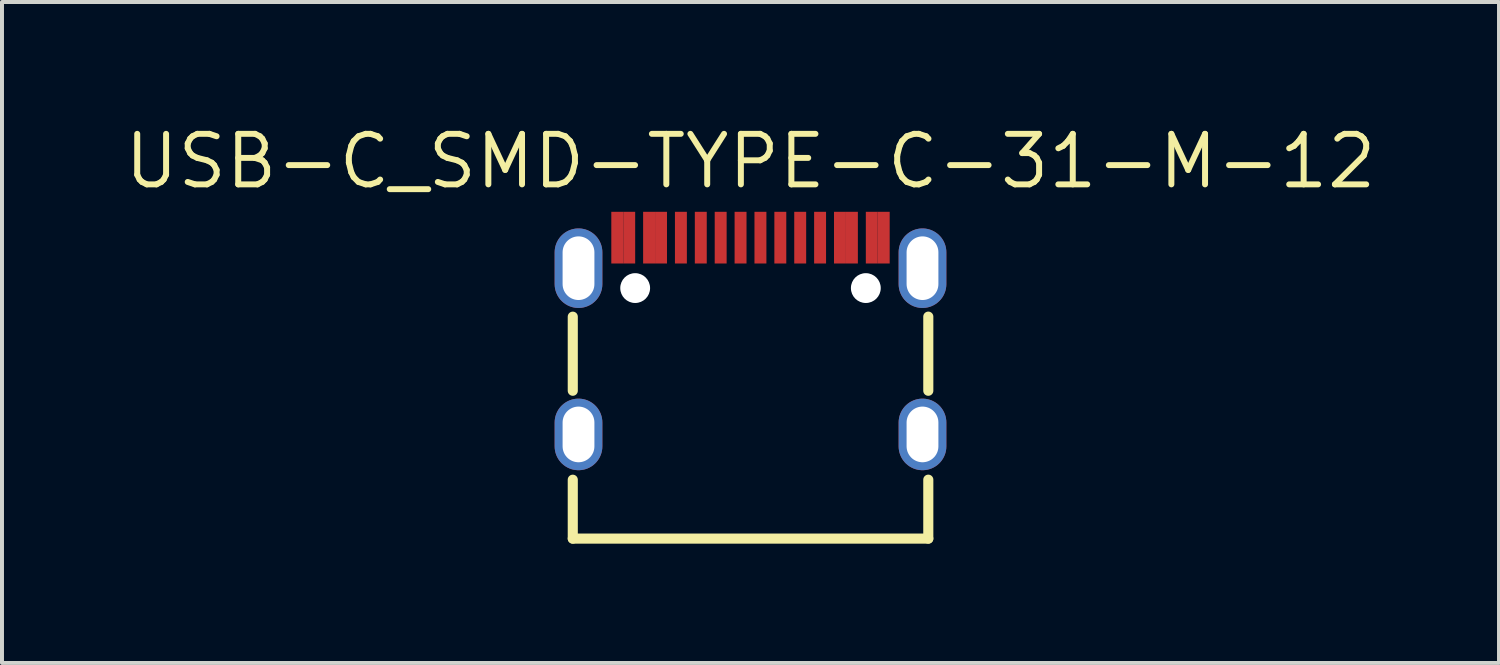
<source format=kicad_pcb>
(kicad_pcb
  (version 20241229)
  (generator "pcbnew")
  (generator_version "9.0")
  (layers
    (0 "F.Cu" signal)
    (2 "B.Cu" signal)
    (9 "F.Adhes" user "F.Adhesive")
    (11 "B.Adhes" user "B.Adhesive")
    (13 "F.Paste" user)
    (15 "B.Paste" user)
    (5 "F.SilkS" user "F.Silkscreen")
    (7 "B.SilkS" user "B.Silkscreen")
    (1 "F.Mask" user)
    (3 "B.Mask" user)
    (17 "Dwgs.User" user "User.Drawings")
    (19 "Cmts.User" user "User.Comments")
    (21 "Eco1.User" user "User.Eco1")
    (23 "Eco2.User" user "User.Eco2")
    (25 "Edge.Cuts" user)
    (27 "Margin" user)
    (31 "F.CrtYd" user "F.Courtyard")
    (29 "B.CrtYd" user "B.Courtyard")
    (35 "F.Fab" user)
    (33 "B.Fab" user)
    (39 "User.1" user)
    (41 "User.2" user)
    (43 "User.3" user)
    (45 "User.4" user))
  (footprint "USB-C_SMD-TYPE-C-31-M-12"
    (layer "F.Cu")
    (at 15.822 5.4)
    (property "Reference" "USB-C_SMD-TYPE-C-31-M-12" (at 0 -4.394 0) (layer "F.SilkS") (effects (font (size 1.27 1.27) (thickness 0.15))))
    (attr smd)
    (fp_line (start -4.469 1.376) (end -4.469 -0.487) (stroke (width 0.254) (type solid)) (layer "F.SilkS"))
    (fp_line (start -4.469 5.094) (end -4.469 3.613) (stroke (width 0.254) (type solid)) (layer "F.SilkS"))
    (fp_line (start 4.471 1.376) (end 4.471 -0.488) (stroke (width 0.254) (type solid)) (layer "F.SilkS"))
    (fp_line (start 4.471 5.094) (end -4.469 5.094) (stroke (width 0.254) (type solid)) (layer "F.SilkS"))
    (fp_line (start 4.471 5.094) (end 4.471 3.612) (stroke (width 0.254) (type solid)) (layer "F.SilkS"))
    (fp_poly (pts (xy -1.6 -1.824) (xy -1.6 -3.124) (xy -1.9 -3.124) (xy -1.9 -1.824)) (stroke (width 0) (type solid)) (fill yes) (layer "F.Paste"))
    (fp_poly (pts (xy -1.4 -3.124) (xy -1.4 -1.824) (xy -1.1 -1.824) (xy -1.1 -3.124)) (stroke (width 0) (type solid)) (fill yes) (layer "F.Paste"))
    (fp_poly (pts (xy -0.6 -1.824) (xy -0.6 -3.124) (xy -0.9 -3.124) (xy -0.9 -1.824)) (stroke (width 0) (type solid)) (fill yes) (layer "F.Paste"))
    (fp_poly (pts (xy -0.1 -1.824) (xy -0.1 -3.124) (xy -0.4 -3.124) (xy -0.4 -1.824)) (stroke (width 0) (type solid)) (fill yes) (layer "F.Paste"))
    (fp_poly (pts (xy 0.4 -1.824) (xy 0.4 -3.124) (xy 0.1 -3.124) (xy 0.1 -1.824)) (stroke (width 0) (type solid)) (fill yes) (layer "F.Paste"))
    (fp_poly (pts (xy 0.9 -1.824) (xy 0.9 -3.124) (xy 0.6 -3.124) (xy 0.6 -1.824)) (stroke (width 0) (type solid)) (fill yes) (layer "F.Paste"))
    (fp_poly (pts (xy 1.4 -1.824) (xy 1.4 -3.124) (xy 1.1 -3.124) (xy 1.1 -1.824)) (stroke (width 0) (type solid)) (fill yes) (layer "F.Paste"))
    (fp_poly (pts (xy 1.9 -1.824) (xy 1.9 -3.124) (xy 1.6 -3.124) (xy 1.6 -1.824)) (stroke (width 0) (type solid)) (fill yes) (layer "F.Paste"))
    (fp_poly (pts (xy -2.9 -1.824) (xy -2.9 -3.124) (xy -3.2 -3.124) (xy -3.5 -3.124) (xy -3.5 -1.824) (xy -3.2 -1.824)) (stroke (width 0) (type solid)) (fill yes) (layer "F.Paste"))
    (fp_poly (pts (xy -2.1 -1.824) (xy -2.1 -3.124) (xy -2.4 -3.124) (xy -2.7 -3.124) (xy -2.7 -1.824) (xy -2.4 -1.824)) (stroke (width 0) (type solid)) (fill yes) (layer "F.Paste"))
    (fp_poly (pts (xy 2.7 -1.824) (xy 2.7 -3.124) (xy 2.4 -3.124) (xy 2.1 -3.124) (xy 2.1 -1.824) (xy 2.4 -1.824)) (stroke (width 0) (type solid)) (fill yes) (layer "F.Paste"))
    (fp_poly (pts (xy 3.5 -1.824) (xy 3.5 -3.124) (xy 3.2 -3.124) (xy 2.9 -3.124) (xy 2.9 -1.824) (xy 3.2 -1.824)) (stroke (width 0) (type solid)) (fill yes) (layer "F.Paste"))
    (fp_poly (pts (xy -4.34 1.574) (xy -4.37 1.576) (xy -4.4 1.579) (xy -4.429 1.583) (xy -4.459 1.589) (xy -4.488 1.597) (xy -4.516 1.605) (xy -4.544 1.616) (xy -4.572 1.627) (xy -4.599 1.64) (xy -4.625 1.655) (xy -4.651 1.67) (xy -4.675 1.687) (xy -4.699 1.705) (xy -4.722 1.724) (xy -4.744 1.745) (xy -4.765 1.766) (xy -4.785 1.788) (xy -4.803 1.812) (xy -4.821 1.836) (xy -4.837 1.861) (xy -4.852 1.887) (xy -4.866 1.914) (xy -4.878 1.941) (xy -4.889 1.969) (xy -4.898 1.997) (xy -4.907 2.026) (xy -4.913 2.055) (xy -4.918 2.085) (xy -4.922 2.114) (xy -4.924 2.144) (xy -4.925 2.174) (xy -4.925 2.774) (xy -4.924 2.804) (xy -4.922 2.834) (xy -4.918 2.864) (xy -4.913 2.893) (xy -4.907 2.922) (xy -4.898 2.951) (xy -4.889 2.979) (xy -4.878 3.007) (xy -4.866 3.034) (xy -4.852 3.061) (xy -4.837 3.087) (xy -4.821 3.112) (xy -4.803 3.136) (xy -4.785 3.16) (xy -4.765 3.182) (xy -4.744 3.204) (xy -4.722 3.224) (xy -4.699 3.243) (xy -4.675 3.261) (xy -4.651 3.278) (xy -4.625 3.294) (xy -4.599 3.308) (xy -4.572 3.321) (xy -4.544 3.333) (xy -4.516 3.343) (xy -4.488 3.352) (xy -4.459 3.359) (xy -4.429 3.365) (xy -4.4 3.369) (xy -4.37 3.372) (xy -4.34 3.374) (xy -4.31 3.374) (xy -4.28 3.372) (xy -4.251 3.369) (xy -4.221 3.365) (xy -4.192 3.359) (xy -4.163 3.352) (xy -4.134 3.343) (xy -4.106 3.333) (xy -4.078 3.321) (xy -4.051 3.308) (xy -4.025 3.294) (xy -4 3.278) (xy -3.975 3.261) (xy -3.951 3.243) (xy -3.928 3.224) (xy -3.906 3.204) (xy -3.885 3.182) (xy -3.865 3.16) (xy -3.847 3.136) (xy -3.829 3.112) (xy -3.813 3.087) (xy -3.798 3.061) (xy -3.785 3.034) (xy -3.772 3.007) (xy -3.761 2.979) (xy -3.752 2.951) (xy -3.744 2.922) (xy -3.737 2.893) (xy -3.732 2.864) (xy -3.728 2.834) (xy -3.726 2.804) (xy -3.725 2.774) (xy -3.725 2.174) (xy -3.726 2.144) (xy -3.728 2.114) (xy -3.732 2.085) (xy -3.737 2.055) (xy -3.744 2.026) (xy -3.752 1.997) (xy -3.761 1.969) (xy -3.772 1.941) (xy -3.785 1.914) (xy -3.798 1.887) (xy -3.813 1.861) (xy -3.829 1.836) (xy -3.847 1.812) (xy -3.865 1.788) (xy -3.885 1.766) (xy -3.906 1.745) (xy -3.928 1.724) (xy -3.951 1.705) (xy -3.975 1.687) (xy -4 1.67) (xy -4.025 1.655) (xy -4.051 1.64) (xy -4.078 1.627) (xy -4.106 1.616) (xy -4.134 1.605) (xy -4.163 1.597) (xy -4.192 1.589) (xy -4.221 1.583) (xy -4.251 1.579) (xy -4.28 1.576) (xy -4.31 1.574)) (stroke (width 0) (type solid)) (fill yes) (layer "F.Paste"))
    (fp_poly (pts (xy -4.28 -2.704) (xy -4.31 -2.706) (xy -4.34 -2.706) (xy -4.37 -2.704) (xy -4.4 -2.701) (xy -4.429 -2.697) (xy -4.459 -2.691) (xy -4.488 -2.683) (xy -4.516 -2.675) (xy -4.544 -2.664) (xy -4.572 -2.653) (xy -4.599 -2.64) (xy -4.625 -2.625) (xy -4.651 -2.61) (xy -4.675 -2.593) (xy -4.699 -2.575) (xy -4.722 -2.556) (xy -4.744 -2.535) (xy -4.765 -2.514) (xy -4.785 -2.491) (xy -4.803 -2.468) (xy -4.821 -2.444) (xy -4.837 -2.419) (xy -4.852 -2.393) (xy -4.866 -2.366) (xy -4.878 -2.339) (xy -4.889 -2.311) (xy -4.898 -2.283) (xy -4.907 -2.254) (xy -4.913 -2.225) (xy -4.918 -2.195) (xy -4.922 -2.166) (xy -4.924 -2.136) (xy -4.925 -2.106) (xy -4.925 -1.306) (xy -4.924 -1.276) (xy -4.922 -1.246) (xy -4.918 -1.216) (xy -4.913 -1.187) (xy -4.907 -1.158) (xy -4.898 -1.129) (xy -4.889 -1.101) (xy -4.878 -1.073) (xy -4.866 -1.045) (xy -4.852 -1.019) (xy -4.837 -0.993) (xy -4.821 -0.968) (xy -4.803 -0.944) (xy -4.785 -0.92) (xy -4.765 -0.898) (xy -4.744 -0.876) (xy -4.722 -0.856) (xy -4.699 -0.837) (xy -4.675 -0.819) (xy -4.651 -0.802) (xy -4.625 -0.786) (xy -4.599 -0.772) (xy -4.572 -0.759) (xy -4.544 -0.747) (xy -4.516 -0.737) (xy -4.488 -0.728) (xy -4.459 -0.721) (xy -4.429 -0.715) (xy -4.4 -0.71) (xy -4.37 -0.707) (xy -4.34 -0.706) (xy -4.31 -0.706) (xy -4.28 -0.707) (xy -4.251 -0.71) (xy -4.221 -0.715) (xy -4.192 -0.721) (xy -4.163 -0.728) (xy -4.134 -0.737) (xy -4.106 -0.747) (xy -4.078 -0.759) (xy -4.051 -0.772) (xy -4.025 -0.786) (xy -4 -0.802) (xy -3.975 -0.819) (xy -3.951 -0.837) (xy -3.928 -0.856) (xy -3.906 -0.876) (xy -3.885 -0.898) (xy -3.865 -0.92) (xy -3.847 -0.944) (xy -3.829 -0.968) (xy -3.813 -0.993) (xy -3.798 -1.019) (xy -3.785 -1.045) (xy -3.772 -1.073) (xy -3.761 -1.101) (xy -3.752 -1.129) (xy -3.744 -1.158) (xy -3.737 -1.187) (xy -3.732 -1.216) (xy -3.728 -1.246) (xy -3.726 -1.276) (xy -3.725 -1.306) (xy -3.725 -2.106) (xy -3.726 -2.136) (xy -3.728 -2.166) (xy -3.732 -2.195) (xy -3.737 -2.225) (xy -3.744 -2.254) (xy -3.752 -2.283) (xy -3.761 -2.311) (xy -3.772 -2.339) (xy -3.785 -2.366) (xy -3.798 -2.393) (xy -3.813 -2.419) (xy -3.829 -2.444) (xy -3.847 -2.468) (xy -3.865 -2.491) (xy -3.885 -2.514) (xy -3.906 -2.535) (xy -3.928 -2.556) (xy -3.951 -2.575) (xy -3.975 -2.593) (xy -4 -2.61) (xy -4.025 -2.625) (xy -4.051 -2.64) (xy -4.078 -2.653) (xy -4.106 -2.664) (xy -4.134 -2.675) (xy -4.163 -2.683) (xy -4.192 -2.691) (xy -4.221 -2.697) (xy -4.251 -2.701)) (stroke (width 0) (type solid)) (fill yes) (layer "F.Paste"))
    (fp_poly (pts (xy 4.37 -2.704) (xy 4.34 -2.706) (xy 4.31 -2.706) (xy 4.28 -2.704) (xy 4.251 -2.701) (xy 4.221 -2.697) (xy 4.192 -2.691) (xy 4.163 -2.683) (xy 4.134 -2.675) (xy 4.106 -2.664) (xy 4.078 -2.653) (xy 4.051 -2.64) (xy 4.025 -2.625) (xy 4 -2.61) (xy 3.975 -2.593) (xy 3.951 -2.575) (xy 3.928 -2.556) (xy 3.906 -2.535) (xy 3.885 -2.514) (xy 3.865 -2.491) (xy 3.847 -2.468) (xy 3.829 -2.444) (xy 3.813 -2.419) (xy 3.798 -2.393) (xy 3.785 -2.366) (xy 3.772 -2.339) (xy 3.761 -2.311) (xy 3.752 -2.283) (xy 3.744 -2.254) (xy 3.737 -2.225) (xy 3.732 -2.195) (xy 3.728 -2.166) (xy 3.726 -2.136) (xy 3.725 -2.106) (xy 3.725 -1.306) (xy 3.726 -1.276) (xy 3.728 -1.246) (xy 3.732 -1.216) (xy 3.737 -1.187) (xy 3.744 -1.158) (xy 3.752 -1.129) (xy 3.761 -1.101) (xy 3.772 -1.073) (xy 3.785 -1.045) (xy 3.798 -1.019) (xy 3.813 -0.993) (xy 3.829 -0.968) (xy 3.847 -0.944) (xy 3.865 -0.92) (xy 3.885 -0.898) (xy 3.906 -0.876) (xy 3.928 -0.856) (xy 3.951 -0.837) (xy 3.975 -0.819) (xy 4 -0.802) (xy 4.025 -0.786) (xy 4.051 -0.772) (xy 4.078 -0.759) (xy 4.106 -0.747) (xy 4.134 -0.737) (xy 4.163 -0.728) (xy 4.192 -0.721) (xy 4.221 -0.715) (xy 4.251 -0.71) (xy 4.28 -0.707) (xy 4.31 -0.706) (xy 4.34 -0.706) (xy 4.37 -0.707) (xy 4.4 -0.71) (xy 4.429 -0.715) (xy 4.459 -0.721) (xy 4.488 -0.728) (xy 4.516 -0.737) (xy 4.544 -0.747) (xy 4.572 -0.759) (xy 4.599 -0.772) (xy 4.625 -0.786) (xy 4.651 -0.802) (xy 4.675 -0.819) (xy 4.699 -0.837) (xy 4.722 -0.856) (xy 4.744 -0.876) (xy 4.765 -0.898) (xy 4.785 -0.92) (xy 4.803 -0.944) (xy 4.821 -0.968) (xy 4.837 -0.993) (xy 4.852 -1.019) (xy 4.866 -1.045) (xy 4.878 -1.073) (xy 4.889 -1.101) (xy 4.898 -1.129) (xy 4.907 -1.158) (xy 4.913 -1.187) (xy 4.918 -1.216) (xy 4.922 -1.246) (xy 4.924 -1.276) (xy 4.925 -1.306) (xy 4.925 -2.106) (xy 4.924 -2.136) (xy 4.922 -2.166) (xy 4.918 -2.195) (xy 4.913 -2.225) (xy 4.907 -2.254) (xy 4.898 -2.283) (xy 4.889 -2.311) (xy 4.878 -2.339) (xy 4.866 -2.366) (xy 4.852 -2.393) (xy 4.837 -2.419) (xy 4.821 -2.444) (xy 4.803 -2.468) (xy 4.785 -2.491) (xy 4.765 -2.514) (xy 4.744 -2.535) (xy 4.722 -2.556) (xy 4.699 -2.575) (xy 4.675 -2.593) (xy 4.651 -2.61) (xy 4.625 -2.625) (xy 4.599 -2.64) (xy 4.572 -2.653) (xy 4.544 -2.664) (xy 4.516 -2.675) (xy 4.488 -2.683) (xy 4.459 -2.691) (xy 4.429 -2.697) (xy 4.4 -2.701)) (stroke (width 0) (type solid)) (fill yes) (layer "F.Paste"))
    (fp_poly (pts (xy 4.37 1.576) (xy 4.34 1.574) (xy 4.31 1.574) (xy 4.28 1.576) (xy 4.251 1.579) (xy 4.221 1.583) (xy 4.192 1.589) (xy 4.163 1.597) (xy 4.134 1.605) (xy 4.106 1.616) (xy 4.078 1.627) (xy 4.051 1.64) (xy 4.025 1.655) (xy 4 1.67) (xy 3.975 1.687) (xy 3.951 1.705) (xy 3.928 1.724) (xy 3.906 1.745) (xy 3.885 1.766) (xy 3.865 1.788) (xy 3.847 1.812) (xy 3.829 1.836) (xy 3.813 1.861) (xy 3.798 1.887) (xy 3.785 1.914) (xy 3.772 1.941) (xy 3.761 1.969) (xy 3.752 1.997) (xy 3.744 2.026) (xy 3.737 2.055) (xy 3.732 2.085) (xy 3.728 2.114) (xy 3.726 2.144) (xy 3.725 2.174) (xy 3.725 2.774) (xy 3.726 2.804) (xy 3.728 2.834) (xy 3.732 2.864) (xy 3.737 2.893) (xy 3.744 2.922) (xy 3.752 2.951) (xy 3.761 2.979) (xy 3.772 3.007) (xy 3.785 3.034) (xy 3.798 3.061) (xy 3.813 3.087) (xy 3.829 3.112) (xy 3.847 3.136) (xy 3.865 3.16) (xy 3.885 3.182) (xy 3.906 3.204) (xy 3.928 3.224) (xy 3.951 3.243) (xy 3.975 3.261) (xy 4 3.278) (xy 4.025 3.294) (xy 4.051 3.308) (xy 4.078 3.321) (xy 4.106 3.333) (xy 4.134 3.343) (xy 4.163 3.352) (xy 4.192 3.359) (xy 4.221 3.365) (xy 4.251 3.369) (xy 4.28 3.372) (xy 4.31 3.374) (xy 4.34 3.374) (xy 4.37 3.372) (xy 4.4 3.369) (xy 4.429 3.365) (xy 4.459 3.359) (xy 4.488 3.352) (xy 4.516 3.343) (xy 4.544 3.333) (xy 4.572 3.321) (xy 4.599 3.308) (xy 4.625 3.294) (xy 4.651 3.278) (xy 4.675 3.261) (xy 4.699 3.243) (xy 4.722 3.224) (xy 4.744 3.204) (xy 4.765 3.182) (xy 4.785 3.16) (xy 4.803 3.136) (xy 4.821 3.112) (xy 4.837 3.087) (xy 4.852 3.061) (xy 4.866 3.034) (xy 4.878 3.007) (xy 4.889 2.979) (xy 4.898 2.951) (xy 4.907 2.922) (xy 4.913 2.893) (xy 4.918 2.864) (xy 4.922 2.834) (xy 4.924 2.804) (xy 4.925 2.774) (xy 4.925 2.174) (xy 4.924 2.144) (xy 4.922 2.114) (xy 4.918 2.085) (xy 4.913 2.055) (xy 4.907 2.026) (xy 4.898 1.997) (xy 4.889 1.969) (xy 4.878 1.941) (xy 4.866 1.914) (xy 4.852 1.887) (xy 4.837 1.861) (xy 4.821 1.836) (xy 4.803 1.812) (xy 4.785 1.788) (xy 4.765 1.766) (xy 4.744 1.745) (xy 4.722 1.724) (xy 4.699 1.705) (xy 4.675 1.687) (xy 4.651 1.67) (xy 4.625 1.655) (xy 4.599 1.64) (xy 4.572 1.627) (xy 4.544 1.616) (xy 4.516 1.605) (xy 4.488 1.597) (xy 4.459 1.589) (xy 4.429 1.583) (xy 4.4 1.579)) (stroke (width 0) (type solid)) (fill yes) (layer "F.Paste"))
    (fp_circle (center -2.9 -1.206) (end -2.775 -1.206) (stroke (width 0.25) (type solid)) (fill no) (layer "Cmts.User"))
    (fp_circle (center 2.9 -1.206) (end 3.025 -1.206) (stroke (width 0.25) (type solid)) (fill no) (layer "Cmts.User"))
    (fp_text user "" (at 0 0 0) (layer "Cmts.User") (effects (font (size 1 1) (thickness 0.15))))
    (pad "" np_thru_hole circle (at -2.9 -1.206) (size 0.75 0.75) (drill 0.75) (layers "*.Cu" "*.Mask"))
    (pad "" np_thru_hole circle (at 2.9 -1.206) (size 0.75 0.75) (drill 0.75) (layers "*.Cu" "*.Mask"))
    (pad "0" thru_hole oval (at -4.325 -1.706) (size 1.2 2) (drill oval 0.8 1.6) (layers "*.Cu" "*.Paste" "*.Mask"))
    (pad "1" thru_hole oval (at 4.325 -1.706) (size 1.2 2) (drill oval 0.8 1.6) (layers "*.Cu" "*.Paste" "*.Mask"))
    (pad "2" thru_hole oval (at 4.325 2.474) (size 1.2 1.8) (drill oval 0.8 1.4) (layers "*.Cu" "*.Paste" "*.Mask"))
    (pad "3" thru_hole oval (at -4.325 2.474) (size 1.2 1.8) (drill oval 0.8 1.4) (layers "*.Cu" "*.Paste" "*.Mask"))
    (pad "A1" smd rect (at -3.35 -2.474) (size 0.3 1.3) (layers "F.Cu" "F.Mask" "F.Paste"))
    (pad "A4" smd rect (at -2.55 -2.474) (size 0.3 1.3) (layers "F.Cu" "F.Mask" "F.Paste"))
    (pad "A5" smd rect (at -1.25 -2.474) (size 0.3 1.3) (layers "F.Cu" "F.Mask" "F.Paste"))
    (pad "A6" smd rect (at -0.25 -2.474) (size 0.3 1.3) (layers "F.Cu" "F.Mask" "F.Paste"))
    (pad "A7" smd rect (at 0.25 -2.474) (size 0.3 1.3) (layers "F.Cu" "F.Mask" "F.Paste"))
    (pad "A8" smd rect (at 1.25 -2.474) (size 0.3 1.3) (layers "F.Cu" "F.Mask" "F.Paste"))
    (pad "A9" smd rect (at 2.55 -2.474) (size 0.3 1.3) (layers "F.Cu" "F.Mask" "F.Paste"))
    (pad "A12" smd rect (at 3.35 -2.474) (size 0.3 1.3) (layers "F.Cu" "F.Mask" "F.Paste"))
    (pad "B1" smd rect (at 3.05 -2.474) (size 0.3 1.3) (layers "F.Cu" "F.Mask" "F.Paste"))
    (pad "B4" smd rect (at 2.25 -2.474) (size 0.3 1.3) (layers "F.Cu" "F.Mask" "F.Paste"))
    (pad "B5" smd rect (at 1.75 -2.474) (size 0.3 1.3) (layers "F.Cu" "F.Mask" "F.Paste"))
    (pad "B6" smd rect (at 0.75 -2.474) (size 0.3 1.3) (layers "F.Cu" "F.Mask" "F.Paste"))
    (pad "B7" smd rect (at -0.75 -2.474) (size 0.3 1.3) (layers "F.Cu" "F.Mask" "F.Paste"))
    (pad "B8" smd rect (at -1.75 -2.474) (size 0.3 1.3) (layers "F.Cu" "F.Mask" "F.Paste"))
    (pad "B9" smd rect (at -2.25 -2.474) (size 0.3 1.3) (layers "F.Cu" "F.Mask" "F.Paste"))
    (pad "B12" smd rect (at -3.05 -2.474) (size 0.3 1.3) (layers "F.Cu" "F.Mask" "F.Paste")))
  (gr_rect
    (start -3 -3)
    (end 34.644 13.621)
    (stroke (width 0.1) (type default))
    (fill no)
    (layer "Edge.Cuts")))
</source>
